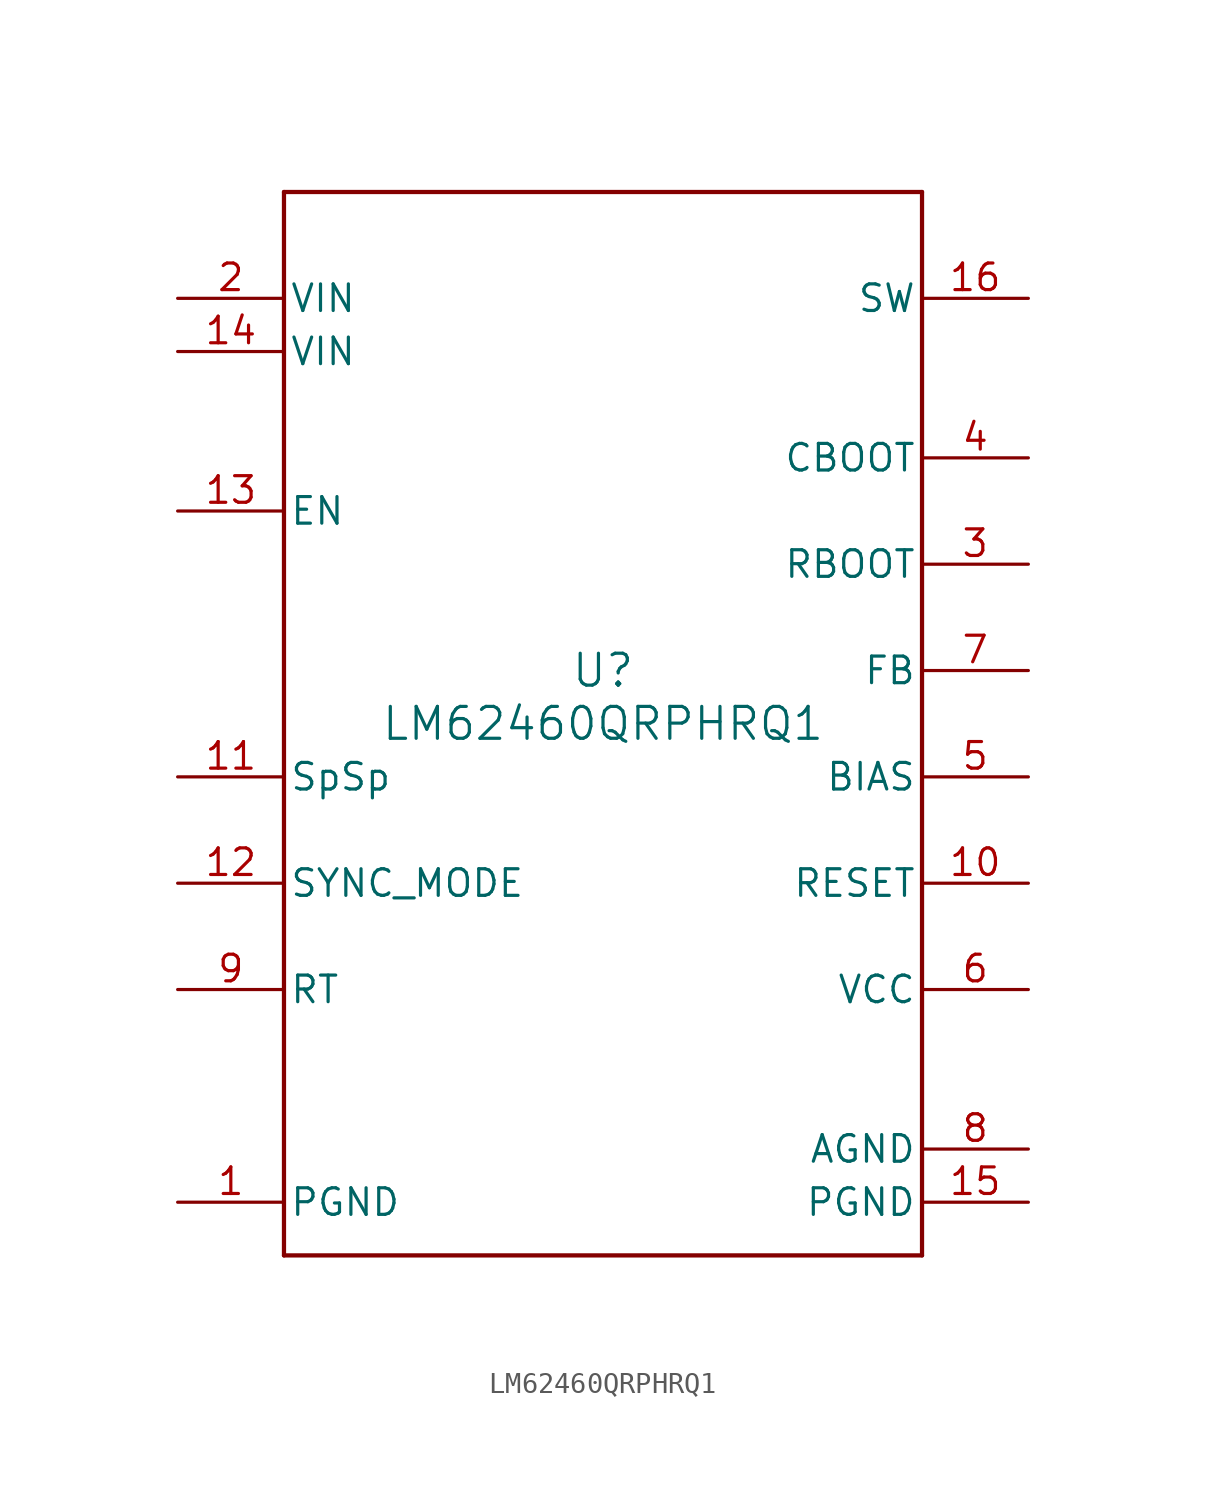
<source format=kicad_sym>
(kicad_symbol_lib
  (version 20211014)
  (generator kicad_symbol_editor)
  (symbol "LM62460QRPHRQ1"
    (pin_names
      (offset 0.254))
    (property "Reference" "U"
      (at 0 2.54 0)
      (effects (font (size 1.524 1.524))))
    (property "Value" "LM62460QRPHRQ1"
      (at 0 0 0)
      (effects (font (size 1.524 1.524))))
    (symbol "LM62460QRPHRQ1_0_1"
      (polyline (pts (xy -15.24 -25.4) (xy 15.24 -25.4)) (stroke (width 0.203) (type default) (color 0 0 0 0)) (fill (type none)))
      (polyline (pts (xy 15.24 -25.4) (xy 15.24 25.4)) (stroke (width 0.203) (type default) (color 0 0 0 0)) (fill (type none)))
      (polyline (pts (xy 15.24 25.4) (xy -15.24 25.4)) (stroke (width 0.203) (type default) (color 0 0 0 0)) (fill (type none)))
      (polyline (pts (xy -15.24 25.4) (xy -15.24 -25.4)) (stroke (width 0.203) (type default) (color 0 0 0 0)) (fill (type none)))
      (pin power_in line (at -20.32 -22.86 0) (length 5.08) (name "PGND" (effects (font (size 1.27 1.27)))) (number "1" (effects (font (size 1.27 1.27)))))
      (pin power_in line (at -20.32 20.32 0) (length 5.08) (name "VIN" (effects (font (size 1.27 1.27)))) (number "2" (effects (font (size 1.27 1.27)))))
      (pin unspecified line (at 20.32 7.62 180) (length 5.08) (name "RBOOT" (effects (font (size 1.27 1.27)))) (number "3" (effects (font (size 1.27 1.27)))))
      (pin unspecified line (at 20.32 12.7 180) (length 5.08) (name "CBOOT" (effects (font (size 1.27 1.27)))) (number "4" (effects (font (size 1.27 1.27)))))
      (pin unspecified line (at 20.32 -2.54 180) (length 5.08) (name "BIAS" (effects (font (size 1.27 1.27)))) (number "5" (effects (font (size 1.27 1.27)))))
      (pin power_in line (at 20.32 -12.7 180) (length 5.08) (name "VCC" (effects (font (size 1.27 1.27)))) (number "6" (effects (font (size 1.27 1.27)))))
      (pin input line (at 20.32 2.54 180) (length 5.08) (name "FB" (effects (font (size 1.27 1.27)))) (number "7" (effects (font (size 1.27 1.27)))))
      (pin power_in line (at 20.32 -20.32 180) (length 5.08) (name "AGND" (effects (font (size 1.27 1.27)))) (number "8" (effects (font (size 1.27 1.27)))))
      (pin unspecified line (at -20.32 -12.7 0) (length 5.08) (name "RT" (effects (font (size 1.27 1.27)))) (number "9" (effects (font (size 1.27 1.27)))))
      (pin input line (at 20.32 -7.62 180) (length 5.08) (name "RESET" (effects (font (size 1.27 1.27)))) (number "10" (effects (font (size 1.27 1.27)))))
      (pin unspecified line (at -20.32 -2.54 0) (length 5.08) (name "SpSp" (effects (font (size 1.27 1.27)))) (number "11" (effects (font (size 1.27 1.27)))))
      (pin input line (at -20.32 -7.62 0) (length 5.08) (name "SYNC_MODE" (effects (font (size 1.27 1.27)))) (number "12" (effects (font (size 1.27 1.27)))))
      (pin input line (at -20.32 10.16 0) (length 5.08) (name "EN" (effects (font (size 1.27 1.27)))) (number "13" (effects (font (size 1.27 1.27)))))
      (pin power_in line (at -20.32 17.78 0) (length 5.08) (name "VIN" (effects (font (size 1.27 1.27)))) (number "14" (effects (font (size 1.27 1.27)))))
      (pin power_in line (at 20.32 -22.86 180) (length 5.08) (name "PGND" (effects (font (size 1.27 1.27)))) (number "15" (effects (font (size 1.27 1.27)))))
      (pin power_in line (at 20.32 20.32 180) (length 5.08) (name "SW" (effects (font (size 1.27 1.27)))) (number "16" (effects (font (size 1.27 1.27))))))))
</source>
